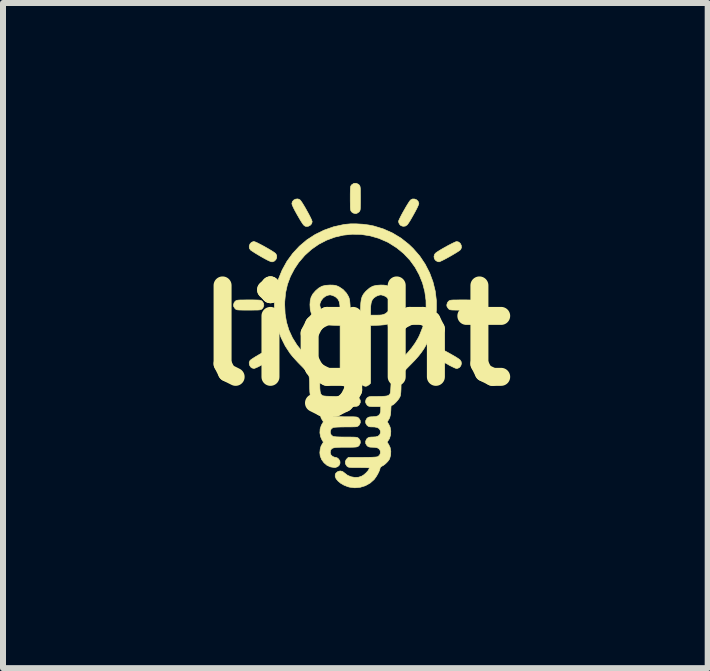
<source format=kicad_pcb>
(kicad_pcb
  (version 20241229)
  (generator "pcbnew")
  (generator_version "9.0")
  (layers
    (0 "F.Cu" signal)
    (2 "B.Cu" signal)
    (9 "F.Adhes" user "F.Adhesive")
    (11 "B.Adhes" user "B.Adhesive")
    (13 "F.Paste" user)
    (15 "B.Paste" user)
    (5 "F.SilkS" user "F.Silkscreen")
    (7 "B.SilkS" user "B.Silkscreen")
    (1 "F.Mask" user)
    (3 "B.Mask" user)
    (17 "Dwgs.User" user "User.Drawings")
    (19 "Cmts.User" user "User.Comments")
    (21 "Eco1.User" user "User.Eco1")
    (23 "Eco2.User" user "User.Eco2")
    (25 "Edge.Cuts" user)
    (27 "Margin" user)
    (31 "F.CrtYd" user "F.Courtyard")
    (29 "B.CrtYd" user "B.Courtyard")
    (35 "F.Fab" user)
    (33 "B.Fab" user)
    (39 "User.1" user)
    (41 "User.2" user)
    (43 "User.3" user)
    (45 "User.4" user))
  (footprint "light"
    (layer "F.Cu")
    (at 2.874 2.543)
    (property "Reference" "light" (at 0 0 0) (layer "F.SilkS") (effects (font (size 1.524 1.524) (thickness 0.3))))
    (attr through_hole)
    (fp_poly (pts (xy -1.672 -1.561) (xy -1.639 -1.547) (xy -1.596 -1.525) (xy -1.546 -1.499) (xy -1.494 -1.47) (xy -1.443 -1.441) (xy -1.396 -1.413) (xy -1.359 -1.389) (xy -1.333 -1.37) (xy -1.327 -1.364) (xy -1.311 -1.333) (xy -1.311 -1.298) (xy -1.325 -1.265) (xy -1.351 -1.24) (xy -1.384 -1.228) (xy -1.391 -1.228) (xy -1.415 -1.234) (xy -1.456 -1.252) (xy -1.511 -1.281) (xy -1.577 -1.318) (xy -1.629 -1.349) (xy -1.677 -1.378) (xy -1.715 -1.403) (xy -1.742 -1.421) (xy -1.75 -1.428) (xy -1.768 -1.458) (xy -1.769 -1.493) (xy -1.756 -1.526) (xy -1.733 -1.552) (xy -1.7 -1.566) (xy -1.691 -1.566) (xy -1.672 -1.561)) (stroke (width 0.01) (type solid)) (fill yes) (layer "F.SilkS"))
    (fp_poly (pts (xy -1.354 0.221) (xy -1.328 0.245) (xy -1.313 0.277) (xy -1.311 0.312) (xy -1.324 0.345) (xy -1.327 0.348) (xy -1.346 0.364) (xy -1.379 0.386) (xy -1.422 0.413) (xy -1.472 0.442) (xy -1.525 0.471) (xy -1.576 0.499) (xy -1.622 0.523) (xy -1.66 0.54) (xy -1.685 0.549) (xy -1.691 0.55) (xy -1.724 0.541) (xy -1.746 0.524) (xy -1.766 0.49) (xy -1.77 0.453) (xy -1.757 0.419) (xy -1.753 0.414) (xy -1.734 0.399) (xy -1.701 0.377) (xy -1.658 0.35) (xy -1.609 0.321) (xy -1.556 0.291) (xy -1.505 0.264) (xy -1.458 0.24) (xy -1.42 0.222) (xy -1.395 0.213) (xy -1.389 0.212) (xy -1.354 0.221)) (stroke (width 0.01) (type solid)) (fill yes) (layer "F.SilkS"))
    (fp_poly (pts (xy 0.988 -2.275) (xy 1.021 -2.262) (xy 1.046 -2.237) (xy 1.058 -2.204) (xy 1.058 -2.199) (xy 1.053 -2.18) (xy 1.039 -2.147) (xy 1.018 -2.104) (xy 0.992 -2.055) (xy 0.963 -2.003) (xy 0.934 -1.952) (xy 0.907 -1.906) (xy 0.883 -1.869) (xy 0.865 -1.845) (xy 0.864 -1.844) (xy 0.833 -1.824) (xy 0.796 -1.82) (xy 0.761 -1.831) (xy 0.742 -1.848) (xy 0.726 -1.875) (xy 0.72 -1.902) (xy 0.725 -1.919) (xy 0.739 -1.95) (xy 0.76 -1.992) (xy 0.786 -2.041) (xy 0.815 -2.092) (xy 0.844 -2.143) (xy 0.872 -2.189) (xy 0.896 -2.227) (xy 0.915 -2.253) (xy 0.922 -2.26) (xy 0.953 -2.276) (xy 0.988 -2.275)) (stroke (width 0.01) (type solid)) (fill yes) (layer "F.SilkS"))
    (fp_poly (pts (xy 1.408 0.217) (xy 1.44 0.231) (xy 1.483 0.252) (xy 1.533 0.278) (xy 1.585 0.307) (xy 1.636 0.336) (xy 1.682 0.363) (xy 1.719 0.387) (xy 1.743 0.405) (xy 1.744 0.406) (xy 1.764 0.436) (xy 1.768 0.471) (xy 1.758 0.505) (xy 1.736 0.533) (xy 1.704 0.548) (xy 1.687 0.55) (xy 1.665 0.544) (xy 1.628 0.527) (xy 1.577 0.502) (xy 1.516 0.467) (xy 1.503 0.46) (xy 1.45 0.429) (xy 1.403 0.4) (xy 1.364 0.375) (xy 1.338 0.357) (xy 1.329 0.35) (xy 1.312 0.32) (xy 1.311 0.285) (xy 1.323 0.252) (xy 1.347 0.226) (xy 1.38 0.212) (xy 1.389 0.212) (xy 1.408 0.217)) (stroke (width 0.01) (type solid)) (fill yes) (layer "F.SilkS"))
    (fp_poly (pts (xy 1.725 -1.557) (xy 1.751 -1.533) (xy 1.766 -1.501) (xy 1.769 -1.466) (xy 1.756 -1.434) (xy 1.752 -1.43) (xy 1.735 -1.415) (xy 1.703 -1.394) (xy 1.661 -1.368) (xy 1.612 -1.339) (xy 1.561 -1.31) (xy 1.51 -1.282) (xy 1.464 -1.258) (xy 1.426 -1.24) (xy 1.401 -1.229) (xy 1.394 -1.228) (xy 1.367 -1.234) (xy 1.34 -1.25) (xy 1.318 -1.279) (xy 1.311 -1.316) (xy 1.32 -1.351) (xy 1.336 -1.372) (xy 1.36 -1.39) (xy 1.397 -1.414) (xy 1.442 -1.441) (xy 1.493 -1.47) (xy 1.545 -1.499) (xy 1.595 -1.525) (xy 1.638 -1.546) (xy 1.671 -1.561) (xy 1.691 -1.566) (xy 1.691 -1.566) (xy 1.725 -1.557)) (stroke (width 0.01) (type solid)) (fill yes) (layer "F.SilkS"))
    (fp_poly (pts (xy -0.926 -2.264) (xy -0.922 -2.26) (xy -0.906 -2.241) (xy -0.884 -2.209) (xy -0.857 -2.165) (xy -0.828 -2.116) (xy -0.799 -2.063) (xy -0.771 -2.012) (xy -0.747 -1.965) (xy -0.73 -1.928) (xy -0.721 -1.903) (xy -0.72 -1.897) (xy -0.729 -1.863) (xy -0.754 -1.836) (xy -0.787 -1.82) (xy -0.822 -1.818) (xy -0.831 -1.821) (xy -0.844 -1.827) (xy -0.857 -1.837) (xy -0.871 -1.853) (xy -0.889 -1.879) (xy -0.912 -1.915) (xy -0.942 -1.966) (xy -0.972 -2.018) (xy -1.007 -2.081) (xy -1.034 -2.134) (xy -1.051 -2.173) (xy -1.058 -2.197) (xy -1.058 -2.199) (xy -1.049 -2.233) (xy -1.025 -2.259) (xy -0.993 -2.274) (xy -0.958 -2.277) (xy -0.926 -2.264)) (stroke (width 0.01) (type solid)) (fill yes) (layer "F.SilkS"))
    (fp_poly (pts (xy -1.708 -0.593) (xy -1.656 -0.592) (xy -1.619 -0.591) (xy -1.593 -0.589) (xy -1.576 -0.585) (xy -1.564 -0.579) (xy -1.555 -0.572) (xy -1.55 -0.567) (xy -1.528 -0.532) (xy -1.526 -0.494) (xy -1.543 -0.457) (xy -1.55 -0.449) (xy -1.56 -0.44) (xy -1.57 -0.434) (xy -1.584 -0.429) (xy -1.605 -0.426) (xy -1.635 -0.424) (xy -1.68 -0.424) (xy -1.74 -0.423) (xy -1.778 -0.423) (xy -1.848 -0.423) (xy -1.9 -0.424) (xy -1.937 -0.425) (xy -1.963 -0.427) (xy -1.98 -0.431) (xy -1.992 -0.437) (xy -2.001 -0.444) (xy -2.006 -0.449) (xy -2.028 -0.483) (xy -2.032 -0.508) (xy -2.022 -0.545) (xy -2.006 -0.567) (xy -1.996 -0.576) (xy -1.986 -0.582) (xy -1.972 -0.587) (xy -1.951 -0.59) (xy -1.921 -0.592) (xy -1.876 -0.592) (xy -1.816 -0.593) (xy -1.778 -0.593) (xy -1.708 -0.593)) (stroke (width 0.01) (type solid)) (fill yes) (layer "F.SilkS"))
    (fp_poly (pts (xy 0.051 -2.521) (xy 0.059 -2.514) (xy 0.068 -2.504) (xy 0.074 -2.494) (xy 0.079 -2.48) (xy 0.082 -2.459) (xy 0.084 -2.429) (xy 0.084 -2.384) (xy 0.085 -2.324) (xy 0.085 -2.286) (xy 0.085 -2.216) (xy 0.084 -2.164) (xy 0.083 -2.127) (xy 0.081 -2.101) (xy 0.077 -2.084) (xy 0.071 -2.072) (xy 0.064 -2.063) (xy 0.059 -2.058) (xy 0.025 -2.036) (xy 0 -2.032) (xy -0.037 -2.042) (xy -0.059 -2.058) (xy -0.068 -2.068) (xy -0.074 -2.078) (xy -0.079 -2.092) (xy -0.082 -2.113) (xy -0.084 -2.143) (xy -0.084 -2.188) (xy -0.085 -2.248) (xy -0.085 -2.286) (xy -0.085 -2.356) (xy -0.084 -2.408) (xy -0.083 -2.445) (xy -0.081 -2.471) (xy -0.077 -2.488) (xy -0.071 -2.5) (xy -0.064 -2.509) (xy -0.059 -2.514) (xy -0.024 -2.536) (xy 0.014 -2.538) (xy 0.051 -2.521)) (stroke (width 0.01) (type solid)) (fill yes) (layer "F.SilkS"))
    (fp_poly (pts (xy 1.848 -0.593) (xy 1.9 -0.592) (xy 1.937 -0.591) (xy 1.963 -0.589) (xy 1.98 -0.585) (xy 1.992 -0.579) (xy 2.001 -0.572) (xy 2.006 -0.567) (xy 2.028 -0.533) (xy 2.032 -0.508) (xy 2.022 -0.471) (xy 2.006 -0.449) (xy 1.996 -0.44) (xy 1.986 -0.434) (xy 1.972 -0.429) (xy 1.951 -0.426) (xy 1.921 -0.424) (xy 1.876 -0.424) (xy 1.816 -0.423) (xy 1.778 -0.423) (xy 1.708 -0.423) (xy 1.656 -0.424) (xy 1.619 -0.425) (xy 1.593 -0.427) (xy 1.576 -0.431) (xy 1.564 -0.437) (xy 1.555 -0.444) (xy 1.55 -0.449) (xy 1.528 -0.483) (xy 1.524 -0.508) (xy 1.534 -0.545) (xy 1.55 -0.567) (xy 1.56 -0.576) (xy 1.57 -0.582) (xy 1.584 -0.587) (xy 1.605 -0.59) (xy 1.635 -0.592) (xy 1.68 -0.592) (xy 1.74 -0.593) (xy 1.778 -0.593) (xy 1.848 -0.593)) (stroke (width 0.01) (type solid)) (fill yes) (layer "F.SilkS"))
    (fp_poly (pts (xy 0.472 -0.84) (xy 0.508 -0.836) (xy 0.54 -0.827) (xy 0.573 -0.812) (xy 0.641 -0.767) (xy 0.698 -0.707) (xy 0.734 -0.647) (xy 0.747 -0.613) (xy 0.754 -0.575) (xy 0.756 -0.525) (xy 0.757 -0.508) (xy 0.752 -0.435) (xy 0.737 -0.376) (xy 0.708 -0.323) (xy 0.663 -0.271) (xy 0.662 -0.27) (xy 0.622 -0.233) (xy 0.583 -0.207) (xy 0.539 -0.19) (xy 0.487 -0.179) (xy 0.42 -0.173) (xy 0.384 -0.171) (xy 0.254 -0.167) (xy 0.254 0.795) (xy 0.228 0.821) (xy 0.194 0.842) (xy 0.169 0.847) (xy 0.132 0.837) (xy 0.111 0.821) (xy 0.085 0.795) (xy 0.085 -0.169) (xy -0.085 -0.169) (xy -0.085 0.795) (xy -0.111 0.821) (xy -0.145 0.842) (xy -0.169 0.847) (xy -0.206 0.837) (xy -0.228 0.821) (xy -0.254 0.795) (xy -0.254 -0.167) (xy -0.384 -0.171) (xy -0.458 -0.175) (xy -0.516 -0.184) (xy -0.563 -0.198) (xy -0.604 -0.22) (xy -0.643 -0.251) (xy -0.662 -0.27) (xy -0.707 -0.322) (xy -0.736 -0.374) (xy -0.752 -0.433) (xy -0.756 -0.505) (xy -0.757 -0.508) (xy -0.593 -0.508) (xy -0.588 -0.482) (xy -0.576 -0.449) (xy -0.569 -0.434) (xy -0.542 -0.394) (xy -0.508 -0.366) (xy -0.461 -0.349) (xy -0.399 -0.34) (xy -0.352 -0.339) (xy -0.254 -0.339) (xy -0.254 -0.437) (xy -0.258 -0.509) (xy -0.269 -0.565) (xy -0.291 -0.607) (xy -0.323 -0.638) (xy -0.349 -0.654) (xy -0.382 -0.668) (xy -0.413 -0.676) (xy -0.423 -0.677) (xy -0.449 -0.673) (xy -0.483 -0.661) (xy -0.498 -0.654) (xy -0.537 -0.624) (xy -0.569 -0.583) (xy -0.589 -0.536) (xy -0.593 -0.508) (xy -0.757 -0.508) (xy -0.752 -0.581) (xy -0.737 -0.64) (xy -0.708 -0.693) (xy -0.663 -0.745) (xy -0.662 -0.746) (xy -0.61 -0.791) (xy -0.557 -0.821) (xy -0.498 -0.836) (xy -0.426 -0.841) (xy -0.423 -0.841) (xy -0.374 -0.84) (xy -0.338 -0.836) (xy -0.307 -0.827) (xy -0.273 -0.812) (xy -0.205 -0.767) (xy -0.149 -0.707) (xy -0.113 -0.647) (xy -0.103 -0.62) (xy -0.095 -0.588) (xy -0.091 -0.547) (xy -0.087 -0.491) (xy -0.087 -0.468) (xy -0.082 -0.339) (xy 0.082 -0.339) (xy 0.086 -0.437) (xy 0.254 -0.437) (xy 0.254 -0.339) (xy 0.352 -0.339) (xy 0.404 -0.34) (xy 0.441 -0.343) (xy 0.471 -0.351) (xy 0.498 -0.362) (xy 0.537 -0.392) (xy 0.569 -0.433) (xy 0.589 -0.48) (xy 0.593 -0.508) (xy 0.583 -0.553) (xy 0.559 -0.599) (xy 0.524 -0.637) (xy 0.498 -0.654) (xy 0.464 -0.668) (xy 0.434 -0.676) (xy 0.423 -0.677) (xy 0.398 -0.673) (xy 0.364 -0.661) (xy 0.349 -0.654) (xy 0.309 -0.627) (xy 0.281 -0.592) (xy 0.264 -0.546) (xy 0.255 -0.484) (xy 0.254 -0.437) (xy 0.086 -0.437) (xy 0.087 -0.468) (xy 0.091 -0.543) (xy 0.099 -0.601) (xy 0.113 -0.648) (xy 0.135 -0.689) (xy 0.167 -0.728) (xy 0.185 -0.746) (xy 0.237 -0.791) (xy 0.289 -0.821) (xy 0.349 -0.836) (xy 0.421 -0.841) (xy 0.423 -0.841) (xy 0.472 -0.84)) (stroke (width 0.01) (type solid)) (fill yes) (layer "F.SilkS"))
    (fp_poly (pts (xy 0.123 -1.855) (xy 0.223 -1.842) (xy 0.305 -1.826) (xy 0.468 -1.776) (xy 0.62 -1.708) (xy 0.761 -1.623) (xy 0.892 -1.519) (xy 0.963 -1.451) (xy 1.073 -1.325) (xy 1.164 -1.189) (xy 1.238 -1.045) (xy 1.294 -0.894) (xy 1.332 -0.739) (xy 1.351 -0.581) (xy 1.351 -0.421) (xy 1.332 -0.262) (xy 1.294 -0.106) (xy 1.237 0.047) (xy 1.178 0.161) (xy 1.139 0.227) (xy 1.097 0.287) (xy 1.05 0.347) (xy 0.993 0.411) (xy 0.923 0.483) (xy 0.915 0.491) (xy 0.863 0.544) (xy 0.824 0.586) (xy 0.797 0.622) (xy 0.779 0.657) (xy 0.769 0.695) (xy 0.764 0.741) (xy 0.762 0.799) (xy 0.762 0.842) (xy 0.761 0.896) (xy 0.758 0.947) (xy 0.753 0.988) (xy 0.749 1.009) (xy 0.736 1.037) (xy 0.713 1.071) (xy 0.685 1.104) (xy 0.655 1.134) (xy 0.629 1.156) (xy 0.609 1.164) (xy 0.609 1.164) (xy 0.6 1.168) (xy 0.595 1.182) (xy 0.593 1.211) (xy 0.592 1.241) (xy 0.587 1.313) (xy 0.572 1.372) (xy 0.548 1.414) (xy 0.546 1.418) (xy 0.536 1.431) (xy 0.536 1.444) (xy 0.547 1.465) (xy 0.555 1.476) (xy 0.58 1.53) (xy 0.591 1.593) (xy 0.587 1.658) (xy 0.569 1.717) (xy 0.555 1.74) (xy 0.53 1.778) (xy 0.555 1.816) (xy 0.58 1.868) (xy 0.591 1.93) (xy 0.588 1.994) (xy 0.572 2.052) (xy 0.567 2.063) (xy 0.54 2.101) (xy 0.503 2.138) (xy 0.464 2.168) (xy 0.447 2.176) (xy 0.423 2.192) (xy 0.413 2.209) (xy 0.413 2.209) (xy 0.407 2.235) (xy 0.392 2.272) (xy 0.371 2.314) (xy 0.346 2.355) (xy 0.321 2.39) (xy 0.313 2.401) (xy 0.245 2.461) (xy 0.166 2.505) (xy 0.08 2.531) (xy -0.009 2.539) (xy -0.098 2.528) (xy -0.127 2.52) (xy -0.19 2.495) (xy -0.245 2.463) (xy -0.288 2.427) (xy -0.32 2.389) (xy -0.336 2.351) (xy -0.335 2.316) (xy -0.325 2.296) (xy -0.292 2.268) (xy -0.253 2.258) (xy -0.213 2.267) (xy -0.179 2.293) (xy -0.131 2.33) (xy -0.073 2.355) (xy -0.009 2.366) (xy 0.053 2.363) (xy 0.106 2.345) (xy 0.144 2.321) (xy 0.18 2.289) (xy 0.21 2.256) (xy 0.229 2.225) (xy 0.233 2.207) (xy 0.223 2.205) (xy 0.195 2.204) (xy 0.153 2.202) (xy 0.101 2.202) (xy 0.058 2.201) (xy -0.007 2.201) (xy -0.054 2.201) (xy -0.087 2.199) (xy -0.109 2.196) (xy -0.123 2.191) (xy -0.134 2.184) (xy -0.143 2.175) (xy -0.165 2.14) (xy -0.168 2.102) (xy -0.151 2.066) (xy -0.143 2.058) (xy -0.117 2.032) (xy 0.115 2.032) (xy 0.205 2.031) (xy 0.277 2.03) (xy 0.33 2.027) (xy 0.364 2.023) (xy 0.374 2.02) (xy 0.403 1.996) (xy 0.418 1.962) (xy 0.416 1.924) (xy 0.413 1.917) (xy 0.395 1.889) (xy 0.365 1.872) (xy 0.32 1.864) (xy 0.285 1.863) (xy 0.246 1.861) (xy 0.221 1.855) (xy 0.202 1.843) (xy 0.195 1.837) (xy 0.173 1.802) (xy 0.171 1.764) (xy 0.188 1.727) (xy 0.195 1.719) (xy 0.214 1.704) (xy 0.237 1.696) (xy 0.27 1.693) (xy 0.285 1.693) (xy 0.34 1.69) (xy 0.379 1.678) (xy 0.404 1.657) (xy 0.413 1.639) (xy 0.421 1.608) (xy 0.413 1.578) (xy 0.395 1.551) (xy 0.365 1.534) (xy 0.32 1.525) (xy 0.285 1.524) (xy 0.246 1.523) (xy 0.221 1.517) (xy 0.202 1.504) (xy 0.195 1.498) (xy 0.173 1.463) (xy 0.171 1.425) (xy 0.188 1.389) (xy 0.195 1.381) (xy 0.214 1.365) (xy 0.237 1.358) (xy 0.27 1.355) (xy 0.285 1.355) (xy 0.343 1.351) (xy 0.383 1.337) (xy 0.408 1.311) (xy 0.421 1.272) (xy 0.423 1.232) (xy 0.423 1.185) (xy 0.322 1.185) (xy 0.275 1.185) (xy 0.243 1.183) (xy 0.222 1.178) (xy 0.207 1.17) (xy 0.195 1.159) (xy 0.174 1.125) (xy 0.169 1.101) (xy 0.179 1.064) (xy 0.195 1.042) (xy 0.207 1.032) (xy 0.219 1.025) (xy 0.236 1.02) (xy 0.261 1.017) (xy 0.299 1.016) (xy 0.354 1.016) (xy 0.369 1.016) (xy 0.44 1.015) (xy 0.492 1.012) (xy 0.529 1.007) (xy 0.554 0.997) (xy 0.57 0.984) (xy 0.581 0.965) (xy 0.581 0.964) (xy 0.585 0.944) (xy 0.589 0.907) (xy 0.592 0.858) (xy 0.595 0.803) (xy 0.595 0.783) (xy 0.598 0.711) (xy 0.603 0.654) (xy 0.612 0.605) (xy 0.628 0.563) (xy 0.653 0.522) (xy 0.687 0.478) (xy 0.734 0.428) (xy 0.786 0.376) (xy 0.87 0.289) (xy 0.939 0.208) (xy 0.996 0.128) (xy 1.045 0.046) (xy 1.069 -0.002) (xy 1.126 -0.145) (xy 1.162 -0.291) (xy 1.18 -0.439) (xy 1.178 -0.586) (xy 1.158 -0.731) (xy 1.121 -0.873) (xy 1.066 -1.009) (xy 0.996 -1.137) (xy 0.909 -1.257) (xy 0.806 -1.366) (xy 0.689 -1.462) (xy 0.558 -1.545) (xy 0.534 -1.558) (xy 0.391 -1.62) (xy 0.244 -1.662) (xy 0.096 -1.685) (xy -0.052 -1.688) (xy -0.198 -1.673) (xy -0.341 -1.64) (xy -0.479 -1.589) (xy -0.61 -1.521) (xy -0.732 -1.436) (xy -0.844 -1.335) (xy -0.944 -1.218) (xy -1.015 -1.112) (xy -1.083 -0.983) (xy -1.132 -0.851) (xy -1.163 -0.713) (xy -1.177 -0.566) (xy -1.178 -0.513) (xy -1.171 -0.363) (xy -1.148 -0.223) (xy -1.108 -0.091) (xy -1.05 0.036) (xy -0.974 0.158) (xy -0.878 0.279) (xy -0.789 0.374) (xy -0.744 0.419) (xy -0.704 0.462) (xy -0.671 0.499) (xy -0.648 0.527) (xy -0.64 0.54) (xy -0.619 0.591) (xy -0.604 0.648) (xy -0.596 0.716) (xy -0.593 0.799) (xy -0.593 0.812) (xy -0.592 0.878) (xy -0.588 0.927) (xy -0.581 0.962) (xy -0.569 0.984) (xy -0.553 0.999) (xy -0.543 1.004) (xy -0.523 1.008) (xy -0.482 1.012) (xy -0.421 1.014) (xy -0.341 1.016) (xy -0.243 1.016) (xy -0.242 1.016) (xy 0.033 1.016) (xy 0.059 1.042) (xy 0.081 1.077) (xy 0.083 1.115) (xy 0.066 1.151) (xy 0.059 1.159) (xy 0.05 1.168) (xy 0.04 1.174) (xy 0.027 1.179) (xy 0.008 1.182) (xy -0.021 1.184) (xy -0.062 1.185) (xy -0.118 1.185) (xy -0.192 1.185) (xy -0.423 1.185) (xy -0.423 1.232) (xy -0.417 1.287) (xy -0.399 1.324) (xy -0.374 1.343) (xy -0.353 1.347) (xy -0.313 1.351) (xy -0.257 1.353) (xy -0.187 1.355) (xy -0.158 1.355) (xy -0.09 1.355) (xy -0.04 1.355) (xy -0.005 1.357) (xy 0.019 1.359) (xy 0.035 1.363) (xy 0.046 1.37) (xy 0.056 1.378) (xy 0.059 1.381) (xy 0.081 1.416) (xy 0.083 1.454) (xy 0.066 1.49) (xy 0.059 1.498) (xy 0.049 1.507) (xy 0.038 1.514) (xy 0.024 1.519) (xy 0.002 1.522) (xy -0.03 1.523) (xy -0.076 1.524) (xy -0.139 1.524) (xy -0.158 1.524) (xy -0.234 1.525) (xy -0.297 1.527) (xy -0.343 1.53) (xy -0.37 1.534) (xy -0.374 1.536) (xy -0.403 1.559) (xy -0.417 1.591) (xy -0.417 1.627) (xy -0.402 1.659) (xy -0.374 1.681) (xy -0.353 1.686) (xy -0.312 1.69) (xy -0.254 1.692) (xy -0.181 1.693) (xy -0.158 1.693) (xy -0.09 1.693) (xy -0.04 1.694) (xy -0.005 1.695) (xy 0.019 1.698) (xy 0.035 1.702) (xy 0.046 1.708) (xy 0.056 1.717) (xy 0.059 1.719) (xy 0.081 1.754) (xy 0.083 1.792) (xy 0.066 1.829) (xy 0.059 1.837) (xy 0.049 1.846) (xy 0.038 1.853) (xy 0.024 1.857) (xy 0.002 1.86) (xy -0.03 1.862) (xy -0.076 1.863) (xy -0.139 1.863) (xy -0.158 1.863) (xy -0.235 1.863) (xy -0.294 1.865) (xy -0.337 1.868) (xy -0.368 1.875) (xy -0.389 1.884) (xy -0.402 1.897) (xy -0.412 1.914) (xy -0.413 1.917) (xy -0.419 1.955) (xy -0.407 1.99) (xy -0.381 2.016) (xy -0.343 2.031) (xy -0.327 2.032) (xy -0.305 2.039) (xy -0.281 2.057) (xy -0.28 2.058) (xy -0.258 2.092) (xy -0.255 2.127) (xy -0.267 2.16) (xy -0.293 2.186) (xy -0.331 2.2) (xy -0.349 2.201) (xy -0.413 2.191) (xy -0.473 2.164) (xy -0.523 2.121) (xy -0.562 2.068) (xy -0.586 2.007) (xy -0.592 1.953) (xy -0.586 1.897) (xy -0.572 1.845) (xy -0.55 1.806) (xy -0.546 1.8) (xy -0.536 1.786) (xy -0.536 1.773) (xy -0.547 1.753) (xy -0.555 1.742) (xy -0.58 1.686) (xy -0.591 1.623) (xy -0.587 1.558) (xy -0.567 1.498) (xy -0.555 1.476) (xy -0.539 1.451) (xy -0.535 1.436) (xy -0.541 1.423) (xy -0.546 1.418) (xy -0.57 1.377) (xy -0.586 1.32) (xy -0.592 1.249) (xy -0.592 1.241) (xy -0.593 1.2) (xy -0.596 1.176) (xy -0.603 1.166) (xy -0.609 1.164) (xy -0.629 1.156) (xy -0.655 1.135) (xy -0.685 1.105) (xy -0.713 1.071) (xy -0.736 1.038) (xy -0.749 1.01) (xy -0.749 1.009) (xy -0.754 0.981) (xy -0.759 0.938) (xy -0.761 0.886) (xy -0.762 0.842) (xy -0.763 0.773) (xy -0.766 0.719) (xy -0.773 0.677) (xy -0.787 0.64) (xy -0.809 0.605) (xy -0.842 0.566) (xy -0.887 0.519) (xy -0.909 0.497) (xy -0.956 0.449) (xy -1.004 0.397) (xy -1.047 0.349) (xy -1.08 0.308) (xy -1.09 0.295) (xy -1.168 0.176) (xy -1.235 0.042) (xy -1.29 -0.1) (xy -1.329 -0.243) (xy -1.34 -0.308) (xy -1.346 -0.387) (xy -1.35 -0.475) (xy -1.349 -0.564) (xy -1.345 -0.65) (xy -1.338 -0.725) (xy -1.331 -0.769) (xy -1.284 -0.936) (xy -1.22 -1.092) (xy -1.14 -1.237) (xy -1.043 -1.37) (xy -0.932 -1.489) (xy -0.808 -1.594) (xy -0.671 -1.683) (xy -0.522 -1.756) (xy -0.364 -1.812) (xy -0.196 -1.849) (xy -0.17 -1.853) (xy -0.082 -1.861) (xy 0.018 -1.861) (xy 0.123 -1.855)) (stroke (width 0.01) (type solid)) (fill yes) (layer "F.SilkS")))
  (gr_rect
    (start -3 -3)
    (end 8.748 8.088)
    (stroke (width 0.1) (type default))
    (fill no)
    (layer "Edge.Cuts")))
</source>
